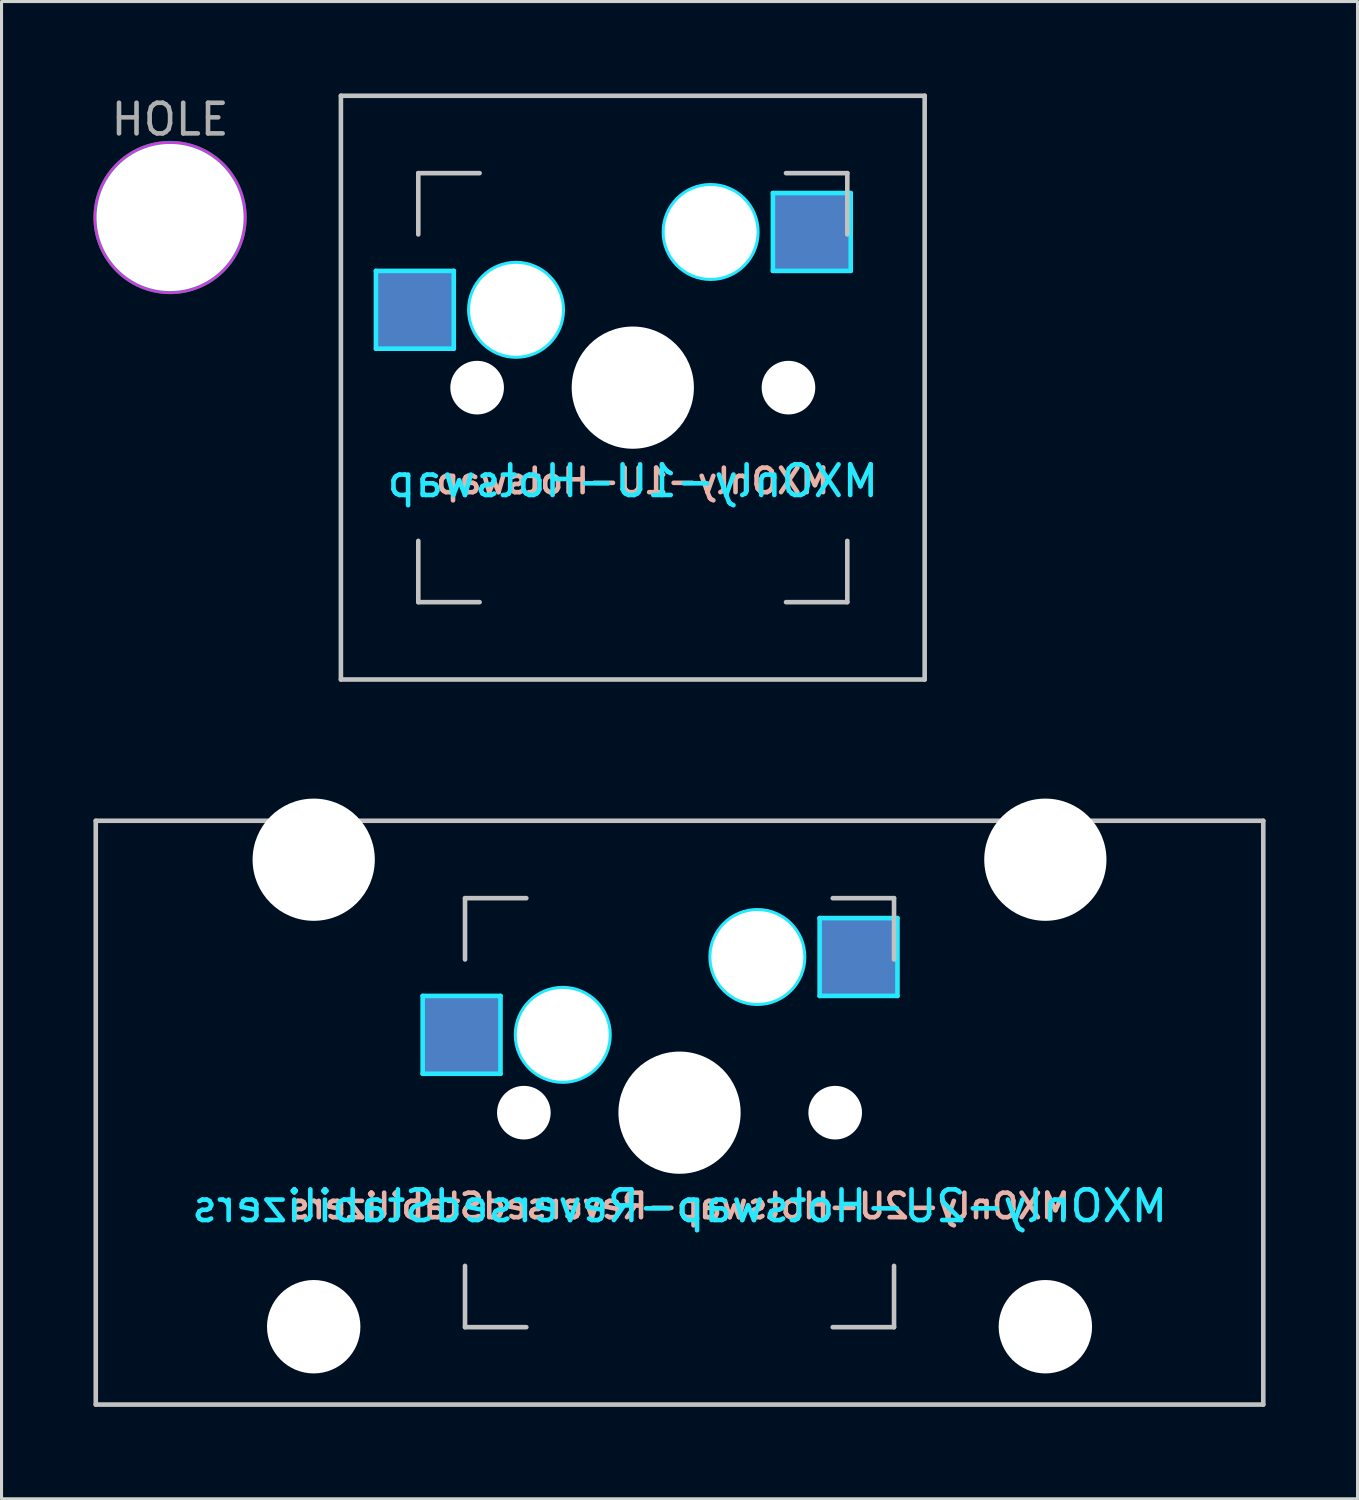
<source format=kicad_pcb>
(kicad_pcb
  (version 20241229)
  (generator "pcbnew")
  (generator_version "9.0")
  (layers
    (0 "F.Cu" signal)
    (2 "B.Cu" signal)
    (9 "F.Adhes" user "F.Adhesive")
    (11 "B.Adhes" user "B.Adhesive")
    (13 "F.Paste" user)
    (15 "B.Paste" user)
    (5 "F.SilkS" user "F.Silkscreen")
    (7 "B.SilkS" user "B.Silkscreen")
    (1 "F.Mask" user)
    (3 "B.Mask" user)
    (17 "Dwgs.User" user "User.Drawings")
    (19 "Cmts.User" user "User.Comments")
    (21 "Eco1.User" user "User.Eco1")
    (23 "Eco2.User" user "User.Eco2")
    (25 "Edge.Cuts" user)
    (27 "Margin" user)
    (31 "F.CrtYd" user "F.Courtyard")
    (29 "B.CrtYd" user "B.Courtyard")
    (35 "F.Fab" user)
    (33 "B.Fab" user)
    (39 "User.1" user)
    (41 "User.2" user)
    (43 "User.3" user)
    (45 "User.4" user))
  (footprint "MXOnly-2U-Hotswap-ReversedStabilizers"
    (layer "F.Cu")
    (at 19.125 33.26)
    (property "Reference" "MXOnly-2U-Hotswap-ReversedStabilizers" (at 0 3.048 0) (layer "B.CrtYd") (effects (font (size 1 1) (thickness 0.15)) (justify mirror)))
    (attr smd)
    (fp_line (start -19.05 -9.525) (end 19.05 -9.525) (stroke (width 0.15) (type solid)) (layer "Dwgs.User"))
    (fp_line (start -19.05 9.525) (end -19.05 -9.525) (stroke (width 0.15) (type solid)) (layer "Dwgs.User"))
    (fp_line (start -7 -7) (end -7 -5) (stroke (width 0.15) (type solid)) (layer "Dwgs.User"))
    (fp_line (start -7 5) (end -7 7) (stroke (width 0.15) (type solid)) (layer "Dwgs.User"))
    (fp_line (start -7 7) (end -5 7) (stroke (width 0.15) (type solid)) (layer "Dwgs.User"))
    (fp_line (start -5 -7) (end -7 -7) (stroke (width 0.15) (type solid)) (layer "Dwgs.User"))
    (fp_line (start 5 -7) (end 7 -7) (stroke (width 0.15) (type solid)) (layer "Dwgs.User"))
    (fp_line (start 5 7) (end 7 7) (stroke (width 0.15) (type solid)) (layer "Dwgs.User"))
    (fp_line (start 7 -7) (end 7 -5) (stroke (width 0.15) (type solid)) (layer "Dwgs.User"))
    (fp_line (start 7 7) (end 7 5) (stroke (width 0.15) (type solid)) (layer "Dwgs.User"))
    (fp_line (start 19.05 -9.525) (end 19.05 9.525) (stroke (width 0.15) (type solid)) (layer "Dwgs.User"))
    (fp_line (start 19.05 9.525) (end -19.05 9.525) (stroke (width 0.15) (type solid)) (layer "Dwgs.User"))
    (fp_line (start -8.382 -3.81) (end -5.842 -3.81) (stroke (width 0.15) (type solid)) (layer "B.CrtYd"))
    (fp_line (start -8.382 -1.27) (end -8.382 -3.81) (stroke (width 0.15) (type solid)) (layer "B.CrtYd"))
    (fp_line (start -5.842 -3.81) (end -5.842 -1.27) (stroke (width 0.15) (type solid)) (layer "B.CrtYd"))
    (fp_line (start -5.842 -1.27) (end -8.382 -1.27) (stroke (width 0.15) (type solid)) (layer "B.CrtYd"))
    (fp_line (start 4.572 -6.35) (end 7.112 -6.35) (stroke (width 0.15) (type solid)) (layer "B.CrtYd"))
    (fp_line (start 4.572 -3.81) (end 4.572 -6.35) (stroke (width 0.15) (type solid)) (layer "B.CrtYd"))
    (fp_line (start 7.112 -6.35) (end 7.112 -3.81) (stroke (width 0.15) (type solid)) (layer "B.CrtYd"))
    (fp_line (start 7.112 -3.81) (end 4.572 -3.81) (stroke (width 0.15) (type solid)) (layer "B.CrtYd"))
    (fp_circle (center -3.81 -2.54) (end -3.81 -4.064) (stroke (width 0.15) (type solid)) (fill no) (layer "B.CrtYd"))
    (fp_circle (center 2.54 -5.08) (end 2.54 -6.604) (stroke (width 0.15) (type solid)) (fill no) (layer "B.CrtYd"))
    (fp_poly (pts (xy 7 -6.5) (xy 8.5 -6.5) (xy 8.5 -9.5) (xy 16 -9.5) (xy 16 -1.5) (xy 17 -1.5) (xy 17 3.5) (xy 16 3.5) (xy 16 8.5) (xy 8.5 8.5) (xy 8.5 5) (xy 7 5) (xy 7 7) (xy -7 7) (xy -7 5) (xy -8.5 5) (xy -8.5 8.5) (xy -16 8.5) (xy -16 3.5) (xy -17 3.5) (xy -17 -1.5) (xy -16 -1.5) (xy -16 -9.5) (xy -8.5 -9.5) (xy -8.5 -6.5) (xy -7 -6.5) (xy -7 -7) (xy 7 -7)) (stroke (width 0.1) (type solid)) (fill no) (layer "User.2"))
    (fp_poly (pts (xy -9 -10) (xy -9 -6) (xy -10 -5) (xy -14.5 -5) (xy -15.5 -6) (xy -15.5 -10) (xy -14.5 -11) (xy -10 -11)) (stroke (width 0.12) (type solid)) (fill no) (layer "User.3"))
    (fp_poly (pts (xy -9 4.5) (xy -9 8.5) (xy -10 9.5) (xy -14.5 9.5) (xy -15.5 8.5) (xy -15.5 4.5) (xy -14.5 3.5) (xy -10 3.5)) (stroke (width 0.12) (type solid)) (fill no) (layer "User.3"))
    (fp_poly (pts (xy 3 -5) (xy 3 5) (xy 2 8) (xy -2 8) (xy -3 5.018) (xy -3 -5) (xy -2 -8) (xy 2 -8)) (stroke (width 0.12) (type solid)) (fill no) (layer "User.3"))
    (fp_poly (pts (xy 15.5 -10) (xy 15.5 -6) (xy 14.5 -5) (xy 10 -5) (xy 9 -6) (xy 9 -10) (xy 10 -11) (xy 14.5 -11)) (stroke (width 0.12) (type solid)) (fill no) (layer "User.3"))
    (fp_poly (pts (xy 15.5 4.5) (xy 15.5 8.5) (xy 14.5 9.5) (xy 10 9.5) (xy 9 8.5) (xy 9 4.5) (xy 10 3.5) (xy 14.5 3.5)) (stroke (width 0.12) (type solid)) (fill no) (layer "User.3"))
    (fp_text user "${REFERENCE}" (at 0 3.048 0) (layer "B.SilkS") (effects (font (size 0.8 0.8) (thickness 0.15)) (justify mirror)))
    (pad "" np_thru_hole circle (at -11.938 -8.255) (size 3.988 3.988) (drill 3.988) (layers "*.Cu" "*.Mask"))
    (pad "" np_thru_hole circle (at -11.938 6.985) (size 3.048 3.048) (drill 3.048) (layers "*.Cu" "*.Mask"))
    (pad "" np_thru_hole circle (at -5.08 0 48.1) (size 1.75 1.75) (drill 1.75) (layers "*.Cu" "*.Mask"))
    (pad "" np_thru_hole circle (at -3.81 -2.54) (size 3 3) (drill 3) (layers "*.Cu" "*.Mask"))
    (pad "" np_thru_hole circle (at 0 0) (size 3.988 3.988) (drill 3.988) (layers "*.Cu" "*.Mask"))
    (pad "" np_thru_hole circle (at 2.54 -5.08) (size 3 3) (drill 3) (layers "*.Cu" "*.Mask"))
    (pad "" np_thru_hole circle (at 5.08 0 48.1) (size 1.75 1.75) (drill 1.75) (layers "*.Cu" "*.Mask"))
    (pad "" np_thru_hole circle (at 11.938 -8.255) (size 3.988 3.988) (drill 3.988) (layers "*.Cu" "*.Mask"))
    (pad "" np_thru_hole circle (at 11.938 6.985) (size 3.048 3.048) (drill 3.048) (layers "*.Cu" "*.Mask"))
    (pad "1" smd rect (at -7.085 -2.54) (size 2.55 2.5) (layers "B.Cu" "B.Mask" "B.Paste"))
    (pad "2" smd rect (at 5.842 -5.08) (size 2.55 2.5) (layers "B.Cu" "B.Mask" "B.Paste")))
  (footprint "HOLE"
    (layer "F.Cu")
    (at 2.5 4.048)
    (property "Reference" "HOLE" (at 0 -3.2 0) (layer "F.Fab") (effects (font (size 1 1) (thickness 0.15))))
    (attr exclude_from_pos_files exclude_from_bom)
    (fp_circle (center 0 0) (end 2.2 0) (stroke (width 0.15) (type solid)) (fill no) (layer "Cmts.User"))
    (fp_circle (center 0 0) (end 2.45 0) (stroke (width 0.05) (type solid)) (fill no) (layer "F.CrtYd"))
    (fp_circle (center 0 0) (end 1 0) (stroke (width 0.1) (type solid)) (fill no) (layer "User.1"))
    (fp_text user "${REFERENCE}" (at 0.3 0 0) (layer "F.Fab") (effects (font (size 1 1) (thickness 0.15))))
    (pad "" np_thru_hole circle (at 0 0) (size 5 5) (drill 4.8) (layers "*.Cu" "*.Mask")))
  (footprint "MXOnly-1U-Hotswap"
    (layer "F.Cu")
    (at 17.6 9.6)
    (property "Reference" "MXOnly-1U-Hotswap" (at 0 3.048 180) (layer "B.CrtYd") (effects (font (size 1 1) (thickness 0.15)) (justify mirror)))
    (attr smd)
    (fp_line (start -9.525 -9.525) (end 9.525 -9.525) (stroke (width 0.15) (type solid)) (layer "Dwgs.User"))
    (fp_line (start -9.525 9.525) (end -9.525 -9.525) (stroke (width 0.15) (type solid)) (layer "Dwgs.User"))
    (fp_line (start -7 -7) (end -7 -5) (stroke (width 0.15) (type solid)) (layer "Dwgs.User"))
    (fp_line (start -7 5) (end -7 7) (stroke (width 0.15) (type solid)) (layer "Dwgs.User"))
    (fp_line (start -7 7) (end -5 7) (stroke (width 0.15) (type solid)) (layer "Dwgs.User"))
    (fp_line (start -5 -7) (end -7 -7) (stroke (width 0.15) (type solid)) (layer "Dwgs.User"))
    (fp_line (start 5 -7) (end 7 -7) (stroke (width 0.15) (type solid)) (layer "Dwgs.User"))
    (fp_line (start 5 7) (end 7 7) (stroke (width 0.15) (type solid)) (layer "Dwgs.User"))
    (fp_line (start 7 -7) (end 7 -5) (stroke (width 0.15) (type solid)) (layer "Dwgs.User"))
    (fp_line (start 7 7) (end 7 5) (stroke (width 0.15) (type solid)) (layer "Dwgs.User"))
    (fp_line (start 9.525 -9.525) (end 9.525 9.525) (stroke (width 0.15) (type solid)) (layer "Dwgs.User"))
    (fp_line (start 9.525 9.525) (end -9.525 9.525) (stroke (width 0.15) (type solid)) (layer "Dwgs.User"))
    (fp_line (start -8.382 -3.81) (end -8.382 -1.27) (stroke (width 0.15) (type solid)) (layer "B.CrtYd"))
    (fp_line (start -8.382 -1.27) (end -5.842 -1.27) (stroke (width 0.15) (type solid)) (layer "B.CrtYd"))
    (fp_line (start -5.842 -3.81) (end -8.382 -3.81) (stroke (width 0.15) (type solid)) (layer "B.CrtYd"))
    (fp_line (start -5.842 -1.27) (end -5.842 -3.81) (stroke (width 0.15) (type solid)) (layer "B.CrtYd"))
    (fp_line (start 4.572 -6.35) (end 7.112 -6.35) (stroke (width 0.15) (type solid)) (layer "B.CrtYd"))
    (fp_line (start 4.572 -3.81) (end 4.572 -6.35) (stroke (width 0.15) (type solid)) (layer "B.CrtYd"))
    (fp_line (start 7.112 -6.35) (end 7.112 -3.81) (stroke (width 0.15) (type solid)) (layer "B.CrtYd"))
    (fp_line (start 7.112 -3.81) (end 4.572 -3.81) (stroke (width 0.15) (type solid)) (layer "B.CrtYd"))
    (fp_circle (center -3.81 -2.54) (end -3.81 -4.064) (stroke (width 0.15) (type solid)) (fill no) (layer "B.CrtYd"))
    (fp_circle (center 2.54 -5.08) (end 2.54 -6.604) (stroke (width 0.15) (type solid)) (fill no) (layer "B.CrtYd"))
    (fp_poly (pts (xy 7 7) (xy -7 7) (xy -7 -7) (xy 7 -7)) (stroke (width 0.1) (type solid)) (fill no) (layer "User.2"))
    (fp_poly (pts (xy 3 -5) (xy 3 5) (xy 2 8) (xy -2 8) (xy -3 5.018) (xy -3 -5) (xy -2 -8) (xy 2 -8)) (stroke (width 0.12) (type solid)) (fill no) (layer "User.3"))
    (fp_text user "${REFERENCE}" (at 0 3.048 180) (layer "B.SilkS") (effects (font (size 0.8 0.8) (thickness 0.15)) (justify mirror)))
    (pad "" np_thru_hole circle (at -5.08 0 48.1) (size 1.75 1.75) (drill 1.75) (layers "*.Cu" "*.Mask"))
    (pad "" np_thru_hole circle (at -3.81 -2.54) (size 3 3) (drill 3) (layers "*.Cu" "*.Mask"))
    (pad "" np_thru_hole circle (at 0 0) (size 3.988 3.988) (drill 3.988) (layers "*.Cu" "*.Mask"))
    (pad "" np_thru_hole circle (at 2.54 -5.08) (size 3 3) (drill 3) (layers "*.Cu" "*.Mask"))
    (pad "" np_thru_hole circle (at 5.08 0 48.1) (size 1.75 1.75) (drill 1.75) (layers "*.Cu" "*.Mask"))
    (pad "1" smd rect (at -7.085 -2.54) (size 2.55 2.5) (layers "B.Cu" "B.Mask" "B.Paste"))
    (pad "2" smd rect (at 5.842 -5.08) (size 2.55 2.5) (layers "B.Cu" "B.Mask" "B.Paste")))
  (gr_rect
    (start -3 -3)
    (end 41.25 45.86)
    (stroke (width 0.1) (type default))
    (fill no)
    (layer "Edge.Cuts")))
</source>
